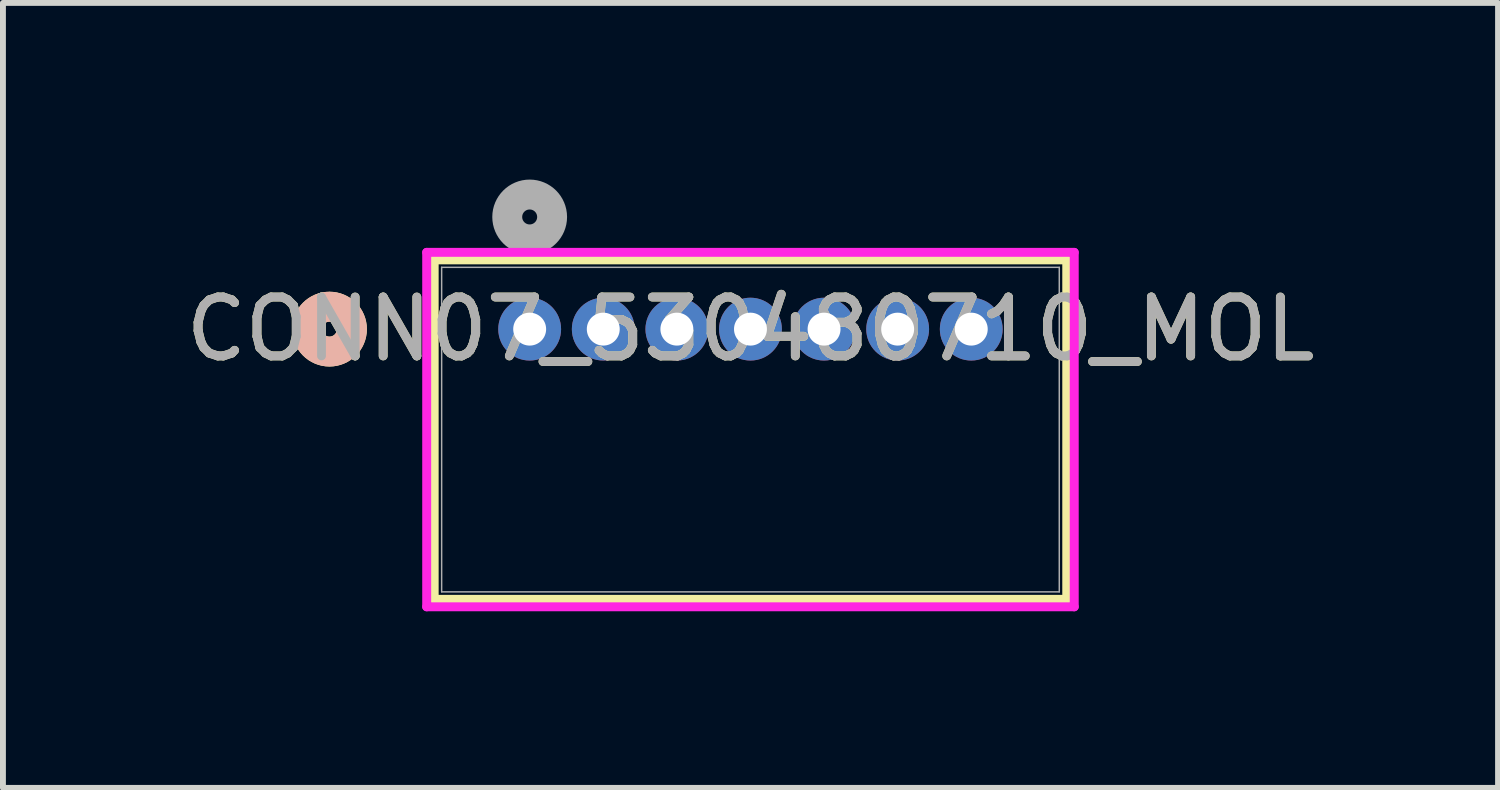
<source format=kicad_pcb>
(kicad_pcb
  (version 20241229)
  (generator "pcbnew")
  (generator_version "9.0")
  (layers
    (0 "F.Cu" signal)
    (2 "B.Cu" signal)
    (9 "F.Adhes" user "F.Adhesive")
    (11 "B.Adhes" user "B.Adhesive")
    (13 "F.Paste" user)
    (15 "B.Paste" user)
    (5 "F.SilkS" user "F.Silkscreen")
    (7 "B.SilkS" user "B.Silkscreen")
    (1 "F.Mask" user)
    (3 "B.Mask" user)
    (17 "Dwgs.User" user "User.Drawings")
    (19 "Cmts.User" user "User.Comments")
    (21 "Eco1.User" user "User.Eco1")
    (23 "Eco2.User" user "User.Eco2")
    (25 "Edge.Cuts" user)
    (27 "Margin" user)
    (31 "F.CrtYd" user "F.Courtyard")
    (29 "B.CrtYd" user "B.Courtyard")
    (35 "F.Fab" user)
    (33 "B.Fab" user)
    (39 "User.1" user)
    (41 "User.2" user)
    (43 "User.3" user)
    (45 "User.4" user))
  (footprint "CONN07_530480710_MOL"
    (layer "F.Cu")
    (at 5.946 2.54)
    (property "Reference" "CONN07_530480710_MOL" (at 3.75 0 0) (unlocked yes) (layer "F.SilkS") (effects (font (size 1 1) (thickness 0.15))))
    (attr through_hole)
    (fp_line (start -1.622 -1.177) (end -1.622 4.589) (stroke (width 0.152) (type solid)) (layer "F.SilkS"))
    (fp_line (start -1.622 4.589) (end 9.122 4.589) (stroke (width 0.152) (type solid)) (layer "F.SilkS"))
    (fp_line (start 9.122 -1.177) (end -1.622 -1.177) (stroke (width 0.152) (type solid)) (layer "F.SilkS"))
    (fp_line (start 9.122 4.589) (end 9.122 -1.177) (stroke (width 0.152) (type solid)) (layer "F.SilkS"))
    (fp_circle (center -3.4 0) (end -3.019 0) (stroke (width 0.508) (type solid)) (fill no) (layer "F.SilkS"))
    (fp_circle (center -3.4 0) (end -3.019 0) (stroke (width 0.508) (type solid)) (fill no) (layer "B.SilkS"))
    (fp_line (start -1.749 -1.304) (end -1.749 4.716) (stroke (width 0.152) (type solid)) (layer "F.CrtYd"))
    (fp_line (start -1.749 4.716) (end 9.249 4.716) (stroke (width 0.152) (type solid)) (layer "F.CrtYd"))
    (fp_line (start 9.249 -1.304) (end -1.749 -1.304) (stroke (width 0.152) (type solid)) (layer "F.CrtYd"))
    (fp_line (start 9.249 4.716) (end 9.249 -1.304) (stroke (width 0.152) (type solid)) (layer "F.CrtYd"))
    (fp_line (start -1.495 -1.05) (end -1.495 4.462) (stroke (width 0.025) (type solid)) (layer "F.Fab"))
    (fp_line (start -1.495 4.462) (end 8.995 4.462) (stroke (width 0.025) (type solid)) (layer "F.Fab"))
    (fp_line (start 8.995 -1.05) (end -1.495 -1.05) (stroke (width 0.025) (type solid)) (layer "F.Fab"))
    (fp_line (start 8.995 4.462) (end 8.995 -1.05) (stroke (width 0.025) (type solid)) (layer "F.Fab"))
    (fp_circle (center 0 -1.905) (end 0.381 -1.905) (stroke (width 0.508) (type solid)) (fill no) (layer "F.Fab"))
    (fp_text user "${REFERENCE}" (at 3.75 0 0) (unlocked yes) (layer "F.Fab") (effects (font (size 1 1) (thickness 0.15))))
    (pad "1" thru_hole circle (at 0 0) (size 1.067 1.067) (drill 0.559) (layers "*.Cu" "*.Mask"))
    (pad "2" thru_hole circle (at 1.25 0) (size 1.067 1.067) (drill 0.559) (layers "*.Cu" "*.Mask"))
    (pad "3" thru_hole circle (at 2.5 0) (size 1.067 1.067) (drill 0.559) (layers "*.Cu" "*.Mask"))
    (pad "4" thru_hole circle (at 3.75 0) (size 1.067 1.067) (drill 0.559) (layers "*.Cu" "*.Mask"))
    (pad "5" thru_hole circle (at 5 0) (size 1.067 1.067) (drill 0.559) (layers "*.Cu" "*.Mask"))
    (pad "6" thru_hole circle (at 6.25 0) (size 1.067 1.067) (drill 0.559) (layers "*.Cu" "*.Mask"))
    (pad "7" thru_hole circle (at 7.5 0) (size 1.067 1.067) (drill 0.559) (layers "*.Cu" "*.Mask")))
  (gr_rect
    (start -3 -3)
    (end 22.393 10.332)
    (stroke (width 0.1) (type default))
    (fill no)
    (layer "Edge.Cuts")))
</source>
